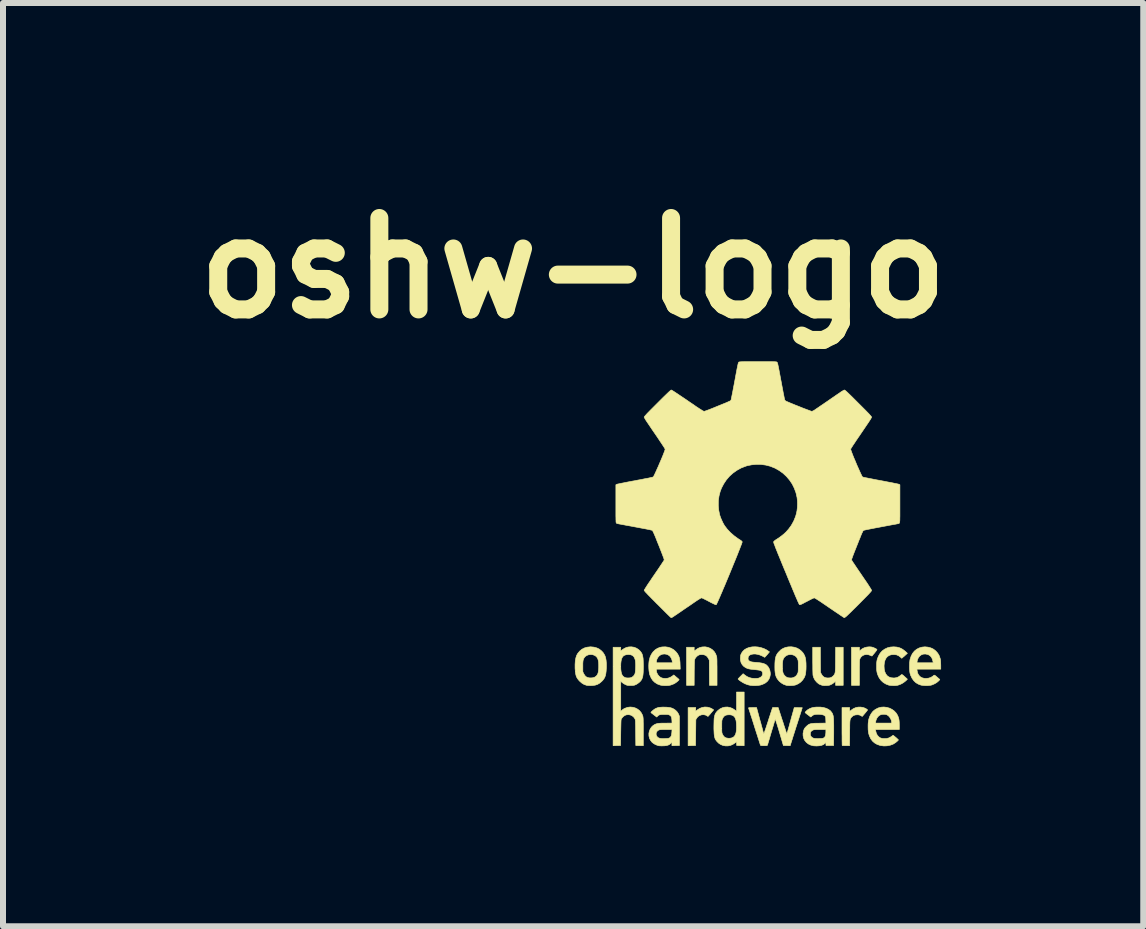
<source format=kicad_pcb>
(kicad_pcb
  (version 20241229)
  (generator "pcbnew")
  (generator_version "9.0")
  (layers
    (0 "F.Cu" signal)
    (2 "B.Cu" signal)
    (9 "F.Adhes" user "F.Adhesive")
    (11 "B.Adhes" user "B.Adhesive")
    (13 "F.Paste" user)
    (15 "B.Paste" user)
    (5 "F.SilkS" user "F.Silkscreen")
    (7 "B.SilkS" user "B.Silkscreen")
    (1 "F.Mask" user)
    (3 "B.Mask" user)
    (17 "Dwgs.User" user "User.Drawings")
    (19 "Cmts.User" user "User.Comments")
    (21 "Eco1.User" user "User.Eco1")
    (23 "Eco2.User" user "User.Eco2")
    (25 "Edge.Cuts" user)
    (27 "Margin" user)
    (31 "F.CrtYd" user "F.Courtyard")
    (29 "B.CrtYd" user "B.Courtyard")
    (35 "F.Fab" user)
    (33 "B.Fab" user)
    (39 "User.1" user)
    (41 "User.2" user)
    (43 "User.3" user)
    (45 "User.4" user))
  (footprint "oshw-logo"
    (layer "F.Cu")
    (at 9.582 6.178)
    (property "Reference" "oshw-logo" (at -3.08 -4.76 0) (layer "F.SilkS") (effects (font (size 1.524 1.524) (thickness 0.3))))
    (attr exclude_from_pos_files exclude_from_bom)
    (fp_poly (pts (xy -0.843 2.558) (xy -0.815 2.565) (xy -0.793 2.572) (xy -0.772 2.582) (xy -0.758 2.59) (xy -0.737 2.604) (xy -0.783 2.658) (xy -0.799 2.678) (xy -0.814 2.694) (xy -0.825 2.706) (xy -0.831 2.712) (xy -0.831 2.713) (xy -0.837 2.71) (xy -0.847 2.704) (xy -0.848 2.703) (xy -0.873 2.69) (xy -0.903 2.684) (xy -0.934 2.685) (xy -0.941 2.687) (xy -0.974 2.698) (xy -1.001 2.718) (xy -1.02 2.742) (xy -1.034 2.766) (xy -1.039 3.198) (xy -1.163 3.201) (xy -1.163 2.565) (xy -1.036 2.565) (xy -1.036 2.626) (xy -1.009 2.604) (xy -0.971 2.58) (xy -0.93 2.564) (xy -0.887 2.556) (xy -0.843 2.558)) (stroke (width 0.01) (type solid)) (fill yes) (layer "F.SilkS"))
    (fp_poly (pts (xy 1.889 1.555) (xy 1.907 1.559) (xy 1.928 1.566) (xy 1.948 1.575) (xy 1.966 1.584) (xy 1.979 1.592) (xy 1.985 1.598) (xy 1.982 1.604) (xy 1.975 1.616) (xy 1.962 1.633) (xy 1.947 1.652) (xy 1.945 1.655) (xy 1.929 1.673) (xy 1.916 1.689) (xy 1.906 1.701) (xy 1.902 1.706) (xy 1.901 1.706) (xy 1.897 1.705) (xy 1.885 1.701) (xy 1.873 1.695) (xy 1.841 1.684) (xy 1.808 1.681) (xy 1.776 1.686) (xy 1.748 1.698) (xy 1.723 1.717) (xy 1.705 1.743) (xy 1.697 1.763) (xy 1.695 1.772) (xy 1.694 1.791) (xy 1.693 1.817) (xy 1.693 1.851) (xy 1.692 1.89) (xy 1.692 1.935) (xy 1.692 1.984) (xy 1.692 2.195) (xy 1.56 2.195) (xy 1.56 1.56) (xy 1.692 1.56) (xy 1.692 1.626) (xy 1.711 1.607) (xy 1.74 1.585) (xy 1.775 1.568) (xy 1.815 1.557) (xy 1.855 1.553) (xy 1.889 1.555)) (stroke (width 0.01) (type solid)) (fill yes) (layer "F.SilkS"))
    (fp_poly (pts (xy -0.837 1.561) (xy -0.796 1.577) (xy -0.76 1.6) (xy -0.729 1.631) (xy -0.705 1.668) (xy -0.689 1.71) (xy -0.686 1.721) (xy -0.685 1.734) (xy -0.683 1.758) (xy -0.682 1.791) (xy -0.682 1.833) (xy -0.681 1.885) (xy -0.681 1.946) (xy -0.681 1.971) (xy -0.681 2.195) (xy -0.807 2.195) (xy -0.809 1.985) (xy -0.81 1.775) (xy -0.826 1.745) (xy -0.844 1.717) (xy -0.867 1.698) (xy -0.896 1.686) (xy -0.925 1.682) (xy -0.946 1.682) (xy -0.966 1.684) (xy -0.978 1.687) (xy -1 1.698) (xy -1.022 1.716) (xy -1.04 1.738) (xy -1.049 1.753) (xy -1.051 1.759) (xy -1.053 1.765) (xy -1.055 1.773) (xy -1.057 1.783) (xy -1.058 1.797) (xy -1.058 1.815) (xy -1.059 1.839) (xy -1.06 1.87) (xy -1.06 1.907) (xy -1.061 1.954) (xy -1.061 1.985) (xy -1.062 2.195) (xy -1.189 2.195) (xy -1.189 1.56) (xy -1.062 1.56) (xy -1.062 1.626) (xy -1.033 1.602) (xy -1.001 1.58) (xy -0.969 1.565) (xy -0.933 1.556) (xy -0.926 1.555) (xy -0.88 1.553) (xy -0.837 1.561)) (stroke (width 0.01) (type solid)) (fill yes) (layer "F.SilkS"))
    (fp_poly (pts (xy 1.042 1.769) (xy 1.044 1.979) (xy 1.059 2.009) (xy 1.078 2.037) (xy 1.101 2.056) (xy 1.129 2.068) (xy 1.159 2.072) (xy 1.193 2.071) (xy 1.222 2.063) (xy 1.245 2.048) (xy 1.259 2.035) (xy 1.267 2.025) (xy 1.273 2.017) (xy 1.278 2.008) (xy 1.283 1.998) (xy 1.286 1.985) (xy 1.289 1.969) (xy 1.29 1.949) (xy 1.292 1.923) (xy 1.293 1.89) (xy 1.293 1.85) (xy 1.294 1.802) (xy 1.294 1.767) (xy 1.296 1.56) (xy 1.422 1.56) (xy 1.422 2.195) (xy 1.295 2.195) (xy 1.295 2.162) (xy 1.295 2.145) (xy 1.294 2.133) (xy 1.293 2.129) (xy 1.288 2.132) (xy 1.278 2.14) (xy 1.271 2.147) (xy 1.256 2.159) (xy 1.237 2.172) (xy 1.219 2.181) (xy 1.202 2.189) (xy 1.187 2.194) (xy 1.17 2.196) (xy 1.149 2.198) (xy 1.135 2.198) (xy 1.108 2.199) (xy 1.087 2.197) (xy 1.071 2.194) (xy 1.059 2.19) (xy 1.036 2.181) (xy 1.019 2.173) (xy 1.004 2.162) (xy 0.986 2.146) (xy 0.981 2.142) (xy 0.952 2.108) (xy 0.931 2.068) (xy 0.92 2.033) (xy 0.918 2.02) (xy 0.917 1.996) (xy 0.916 1.963) (xy 0.915 1.921) (xy 0.915 1.869) (xy 0.914 1.808) (xy 0.914 1.783) (xy 0.914 1.56) (xy 1.041 1.56) (xy 1.042 1.769)) (stroke (width 0.01) (type solid)) (fill yes) (layer "F.SilkS"))
    (fp_poly (pts (xy 1.753 2.564) (xy 1.769 2.569) (xy 1.788 2.577) (xy 1.805 2.586) (xy 1.819 2.595) (xy 1.827 2.603) (xy 1.828 2.606) (xy 1.824 2.611) (xy 1.816 2.622) (xy 1.804 2.637) (xy 1.79 2.654) (xy 1.775 2.672) (xy 1.761 2.688) (xy 1.75 2.702) (xy 1.742 2.71) (xy 1.74 2.713) (xy 1.735 2.71) (xy 1.724 2.705) (xy 1.714 2.699) (xy 1.698 2.691) (xy 1.683 2.687) (xy 1.664 2.685) (xy 1.654 2.685) (xy 1.619 2.689) (xy 1.59 2.7) (xy 1.567 2.719) (xy 1.562 2.724) (xy 1.555 2.732) (xy 1.549 2.74) (xy 1.544 2.749) (xy 1.54 2.758) (xy 1.537 2.77) (xy 1.535 2.785) (xy 1.533 2.805) (xy 1.532 2.83) (xy 1.531 2.861) (xy 1.531 2.9) (xy 1.53 2.947) (xy 1.53 2.988) (xy 1.528 3.2) (xy 1.469 3.2) (xy 1.445 3.2) (xy 1.425 3.199) (xy 1.411 3.198) (xy 1.405 3.197) (xy 1.405 3.191) (xy 1.404 3.177) (xy 1.404 3.153) (xy 1.403 3.123) (xy 1.403 3.085) (xy 1.403 3.042) (xy 1.402 2.994) (xy 1.402 2.942) (xy 1.402 2.887) (xy 1.402 2.565) (xy 1.529 2.565) (xy 1.529 2.596) (xy 1.53 2.612) (xy 1.531 2.623) (xy 1.532 2.626) (xy 1.538 2.623) (xy 1.548 2.615) (xy 1.555 2.609) (xy 1.589 2.585) (xy 1.628 2.567) (xy 1.67 2.558) (xy 1.712 2.557) (xy 1.753 2.564)) (stroke (width 0.01) (type solid)) (fill yes) (layer "F.SilkS"))
    (fp_poly (pts (xy 2.316 1.557) (xy 2.365 1.57) (xy 2.411 1.593) (xy 2.453 1.625) (xy 2.46 1.631) (xy 2.492 1.661) (xy 2.466 1.684) (xy 2.449 1.7) (xy 2.431 1.716) (xy 2.419 1.725) (xy 2.398 1.744) (xy 2.377 1.725) (xy 2.345 1.701) (xy 2.312 1.687) (xy 2.275 1.682) (xy 2.265 1.682) (xy 2.227 1.684) (xy 2.195 1.693) (xy 2.168 1.709) (xy 2.159 1.715) (xy 2.136 1.742) (xy 2.119 1.776) (xy 2.108 1.818) (xy 2.103 1.866) (xy 2.103 1.876) (xy 2.106 1.927) (xy 2.116 1.97) (xy 2.133 2.006) (xy 2.155 2.035) (xy 2.184 2.055) (xy 2.219 2.068) (xy 2.26 2.072) (xy 2.275 2.072) (xy 2.31 2.067) (xy 2.339 2.056) (xy 2.366 2.038) (xy 2.378 2.029) (xy 2.387 2.021) (xy 2.394 2.016) (xy 2.401 2.015) (xy 2.409 2.019) (xy 2.42 2.027) (xy 2.436 2.041) (xy 2.456 2.059) (xy 2.492 2.092) (xy 2.477 2.108) (xy 2.449 2.133) (xy 2.416 2.156) (xy 2.381 2.175) (xy 2.351 2.187) (xy 2.328 2.194) (xy 2.307 2.197) (xy 2.283 2.199) (xy 2.259 2.199) (xy 2.234 2.198) (xy 2.209 2.196) (xy 2.19 2.193) (xy 2.182 2.192) (xy 2.133 2.173) (xy 2.09 2.147) (xy 2.053 2.113) (xy 2.023 2.072) (xy 2.012 2.051) (xy 2 2.024) (xy 1.991 1.999) (xy 1.985 1.975) (xy 1.981 1.949) (xy 1.979 1.918) (xy 1.979 1.879) (xy 1.979 1.877) (xy 1.979 1.838) (xy 1.981 1.807) (xy 1.985 1.78) (xy 1.991 1.756) (xy 2 1.732) (xy 2.012 1.704) (xy 2.013 1.702) (xy 2.039 1.658) (xy 2.072 1.621) (xy 2.112 1.592) (xy 2.157 1.57) (xy 2.208 1.557) (xy 2.263 1.553) (xy 2.316 1.557)) (stroke (width 0.01) (type solid)) (fill yes) (layer "F.SilkS"))
    (fp_poly (pts (xy -1.493 1.56) (xy -1.447 1.576) (xy -1.404 1.601) (xy -1.368 1.633) (xy -1.34 1.668) (xy -1.326 1.693) (xy -1.315 1.717) (xy -1.307 1.743) (xy -1.302 1.774) (xy -1.298 1.811) (xy -1.297 1.845) (xy -1.294 1.925) (xy -1.692 1.925) (xy -1.692 1.942) (xy -1.687 1.978) (xy -1.672 2.011) (xy -1.649 2.04) (xy -1.626 2.059) (xy -1.601 2.072) (xy -1.572 2.078) (xy -1.537 2.08) (xy -1.497 2.075) (xy -1.458 2.06) (xy -1.421 2.037) (xy -1.421 2.036) (xy -1.402 2.021) (xy -1.359 2.058) (xy -1.341 2.073) (xy -1.326 2.086) (xy -1.317 2.095) (xy -1.313 2.098) (xy -1.315 2.104) (xy -1.324 2.114) (xy -1.337 2.126) (xy -1.354 2.14) (xy -1.372 2.153) (xy -1.389 2.164) (xy -1.398 2.169) (xy -1.421 2.178) (xy -1.445 2.187) (xy -1.46 2.192) (xy -1.488 2.197) (xy -1.521 2.199) (xy -1.557 2.199) (xy -1.591 2.197) (xy -1.62 2.192) (xy -1.628 2.19) (xy -1.676 2.172) (xy -1.717 2.146) (xy -1.751 2.114) (xy -1.778 2.074) (xy -1.799 2.026) (xy -1.802 2.02) (xy -1.809 1.989) (xy -1.815 1.951) (xy -1.818 1.909) (xy -1.819 1.866) (xy -1.817 1.824) (xy -1.815 1.804) (xy -1.692 1.804) (xy -1.692 1.819) (xy -1.427 1.819) (xy -1.427 1.801) (xy -1.431 1.776) (xy -1.441 1.748) (xy -1.456 1.723) (xy -1.469 1.707) (xy -1.495 1.688) (xy -1.526 1.676) (xy -1.559 1.672) (xy -1.593 1.676) (xy -1.619 1.686) (xy -1.645 1.704) (xy -1.667 1.73) (xy -1.683 1.76) (xy -1.691 1.792) (xy -1.692 1.804) (xy -1.815 1.804) (xy -1.813 1.787) (xy -1.811 1.777) (xy -1.797 1.724) (xy -1.775 1.677) (xy -1.747 1.637) (xy -1.712 1.603) (xy -1.673 1.578) (xy -1.629 1.561) (xy -1.596 1.555) (xy -1.543 1.553) (xy -1.493 1.56)) (stroke (width 0.01) (type solid)) (fill yes) (layer "F.SilkS"))
    (fp_poly (pts (xy 2.835 1.558) (xy 2.883 1.571) (xy 2.927 1.592) (xy 2.965 1.622) (xy 2.997 1.658) (xy 3.022 1.7) (xy 3.038 1.747) (xy 3.041 1.757) (xy 3.044 1.776) (xy 3.046 1.803) (xy 3.047 1.833) (xy 3.048 1.858) (xy 3.048 1.925) (xy 2.65 1.925) (xy 2.654 1.952) (xy 2.663 1.992) (xy 2.68 2.024) (xy 2.704 2.05) (xy 2.734 2.068) (xy 2.771 2.078) (xy 2.802 2.08) (xy 2.845 2.075) (xy 2.883 2.063) (xy 2.916 2.042) (xy 2.92 2.039) (xy 2.929 2.031) (xy 2.936 2.026) (xy 2.942 2.025) (xy 2.949 2.028) (xy 2.96 2.035) (xy 2.974 2.047) (xy 2.995 2.065) (xy 3.01 2.078) (xy 3.023 2.089) (xy 3.031 2.096) (xy 3.032 2.097) (xy 3.03 2.101) (xy 3.023 2.11) (xy 3.011 2.123) (xy 3.01 2.123) (xy 2.981 2.148) (xy 2.945 2.169) (xy 2.906 2.186) (xy 2.887 2.192) (xy 2.861 2.196) (xy 2.829 2.199) (xy 2.794 2.199) (xy 2.759 2.197) (xy 2.73 2.193) (xy 2.721 2.192) (xy 2.675 2.175) (xy 2.634 2.151) (xy 2.599 2.118) (xy 2.57 2.078) (xy 2.547 2.03) (xy 2.536 1.996) (xy 2.532 1.973) (xy 2.529 1.942) (xy 2.527 1.907) (xy 2.527 1.869) (xy 2.528 1.832) (xy 2.529 1.819) (xy 2.651 1.819) (xy 2.922 1.819) (xy 2.919 1.8) (xy 2.908 1.758) (xy 2.892 1.726) (xy 2.869 1.701) (xy 2.841 1.684) (xy 2.827 1.679) (xy 2.789 1.672) (xy 2.754 1.675) (xy 2.723 1.687) (xy 2.696 1.707) (xy 2.675 1.734) (xy 2.66 1.768) (xy 2.654 1.795) (xy 2.651 1.819) (xy 2.529 1.819) (xy 2.531 1.798) (xy 2.534 1.77) (xy 2.537 1.76) (xy 2.554 1.708) (xy 2.578 1.662) (xy 2.609 1.624) (xy 2.646 1.594) (xy 2.688 1.572) (xy 2.735 1.558) (xy 2.784 1.553) (xy 2.835 1.558)) (stroke (width 0.01) (type solid)) (fill yes) (layer "F.SilkS"))
    (fp_poly (pts (xy -2.733 1.558) (xy -2.685 1.571) (xy -2.642 1.592) (xy -2.604 1.623) (xy -2.58 1.649) (xy -2.562 1.677) (xy -2.547 1.706) (xy -2.537 1.74) (xy -2.53 1.777) (xy -2.526 1.822) (xy -2.525 1.873) (xy -2.526 1.908) (xy -2.529 1.957) (xy -2.534 1.997) (xy -2.541 2.031) (xy -2.552 2.061) (xy -2.567 2.087) (xy -2.586 2.112) (xy -2.603 2.129) (xy -2.637 2.158) (xy -2.673 2.179) (xy -2.713 2.192) (xy -2.759 2.198) (xy -2.789 2.199) (xy -2.812 2.198) (xy -2.835 2.197) (xy -2.852 2.195) (xy -2.856 2.194) (xy -2.897 2.18) (xy -2.936 2.156) (xy -2.97 2.126) (xy -2.992 2.102) (xy -3.01 2.077) (xy -3.024 2.052) (xy -3.033 2.023) (xy -3.04 1.988) (xy -3.044 1.947) (xy -3.047 1.91) (xy -3.047 1.882) (xy -2.918 1.882) (xy -2.918 1.969) (xy -2.902 2.002) (xy -2.884 2.031) (xy -2.863 2.052) (xy -2.836 2.065) (xy -2.804 2.071) (xy -2.778 2.071) (xy -2.755 2.069) (xy -2.737 2.065) (xy -2.721 2.059) (xy -2.716 2.056) (xy -2.696 2.042) (xy -2.681 2.025) (xy -2.669 2.004) (xy -2.661 1.978) (xy -2.656 1.945) (xy -2.653 1.904) (xy -2.653 1.9) (xy -2.653 1.849) (xy -2.655 1.807) (xy -2.662 1.772) (xy -2.672 1.744) (xy -2.687 1.722) (xy -2.706 1.705) (xy -2.723 1.695) (xy -2.754 1.684) (xy -2.788 1.681) (xy -2.821 1.685) (xy -2.851 1.696) (xy -2.877 1.713) (xy -2.891 1.73) (xy -2.901 1.745) (xy -2.908 1.761) (xy -2.913 1.779) (xy -2.916 1.801) (xy -2.918 1.829) (xy -2.918 1.864) (xy -2.918 1.882) (xy -3.047 1.882) (xy -3.047 1.845) (xy -3.043 1.787) (xy -3.034 1.737) (xy -3.021 1.696) (xy -3.004 1.665) (xy -2.971 1.625) (xy -2.934 1.594) (xy -2.892 1.572) (xy -2.846 1.559) (xy -2.793 1.553) (xy -2.786 1.553) (xy -2.733 1.558)) (stroke (width 0.01) (type solid)) (fill yes) (layer "F.SilkS"))
    (fp_poly (pts (xy 2.148 2.562) (xy 2.194 2.575) (xy 2.236 2.596) (xy 2.273 2.623) (xy 2.305 2.657) (xy 2.326 2.691) (xy 2.338 2.718) (xy 2.347 2.745) (xy 2.353 2.775) (xy 2.356 2.809) (xy 2.357 2.851) (xy 2.357 2.859) (xy 2.357 2.931) (xy 1.96 2.931) (xy 1.964 2.955) (xy 1.974 2.994) (xy 1.991 3.027) (xy 2.016 3.054) (xy 2.04 3.07) (xy 2.057 3.076) (xy 2.081 3.081) (xy 2.103 3.082) (xy 2.144 3.081) (xy 2.181 3.072) (xy 2.215 3.054) (xy 2.228 3.045) (xy 2.241 3.036) (xy 2.25 3.029) (xy 2.254 3.028) (xy 2.259 3.031) (xy 2.27 3.039) (xy 2.284 3.051) (xy 2.3 3.064) (xy 2.316 3.078) (xy 2.329 3.091) (xy 2.339 3.1) (xy 2.342 3.104) (xy 2.338 3.111) (xy 2.327 3.122) (xy 2.312 3.135) (xy 2.295 3.149) (xy 2.276 3.161) (xy 2.259 3.172) (xy 2.253 3.175) (xy 2.204 3.193) (xy 2.152 3.203) (xy 2.099 3.205) (xy 2.046 3.198) (xy 2.033 3.195) (xy 1.985 3.178) (xy 1.944 3.154) (xy 1.909 3.123) (xy 1.881 3.084) (xy 1.859 3.038) (xy 1.848 3.003) (xy 1.842 2.972) (xy 1.838 2.935) (xy 1.837 2.894) (xy 1.837 2.851) (xy 1.839 2.824) (xy 1.96 2.824) (xy 2.23 2.824) (xy 2.23 2.813) (xy 2.226 2.784) (xy 2.214 2.754) (xy 2.197 2.726) (xy 2.176 2.703) (xy 2.152 2.687) (xy 2.152 2.687) (xy 2.129 2.68) (xy 2.101 2.677) (xy 2.072 2.679) (xy 2.051 2.683) (xy 2.024 2.696) (xy 2 2.718) (xy 1.981 2.746) (xy 1.968 2.779) (xy 1.964 2.8) (xy 1.96 2.824) (xy 1.839 2.824) (xy 1.84 2.811) (xy 1.845 2.776) (xy 1.848 2.761) (xy 1.866 2.708) (xy 1.89 2.664) (xy 1.919 2.627) (xy 1.955 2.598) (xy 1.997 2.576) (xy 2.008 2.571) (xy 2.054 2.559) (xy 2.101 2.556) (xy 2.148 2.562)) (stroke (width 0.01) (type solid)) (fill yes) (layer "F.SilkS"))
    (fp_poly (pts (xy -0.229 3.201) (xy -0.353 3.198) (xy -0.355 3.166) (xy -0.356 3.134) (xy -0.373 3.149) (xy -0.411 3.175) (xy -0.452 3.194) (xy -0.497 3.204) (xy -0.541 3.204) (xy -0.585 3.196) (xy -0.586 3.195) (xy -0.62 3.181) (xy -0.651 3.161) (xy -0.672 3.141) (xy -0.688 3.124) (xy -0.701 3.106) (xy -0.712 3.087) (xy -0.719 3.065) (xy -0.725 3.039) (xy -0.729 3.007) (xy -0.731 2.969) (xy -0.733 2.923) (xy -0.733 2.88) (xy -0.602 2.88) (xy -0.602 2.916) (xy -0.602 2.943) (xy -0.601 2.963) (xy -0.6 2.978) (xy -0.598 2.989) (xy -0.595 2.998) (xy -0.592 3.008) (xy -0.59 3.011) (xy -0.573 3.039) (xy -0.552 3.06) (xy -0.525 3.072) (xy -0.492 3.077) (xy -0.472 3.077) (xy -0.442 3.073) (xy -0.418 3.063) (xy -0.417 3.063) (xy -0.397 3.049) (xy -0.382 3.029) (xy -0.37 3.004) (xy -0.362 2.973) (xy -0.357 2.934) (xy -0.356 2.886) (xy -0.356 2.88) (xy -0.358 2.828) (xy -0.363 2.785) (xy -0.373 2.751) (xy -0.387 2.724) (xy -0.406 2.705) (xy -0.43 2.692) (xy -0.459 2.686) (xy -0.483 2.685) (xy -0.517 2.688) (xy -0.544 2.696) (xy -0.565 2.712) (xy -0.582 2.735) (xy -0.59 2.751) (xy -0.594 2.76) (xy -0.597 2.769) (xy -0.599 2.78) (xy -0.601 2.793) (xy -0.601 2.812) (xy -0.602 2.836) (xy -0.602 2.869) (xy -0.602 2.88) (xy -0.733 2.88) (xy -0.732 2.827) (xy -0.731 2.783) (xy -0.729 2.747) (xy -0.724 2.717) (xy -0.718 2.692) (xy -0.71 2.67) (xy -0.699 2.652) (xy -0.685 2.634) (xy -0.668 2.616) (xy -0.667 2.615) (xy -0.631 2.587) (xy -0.591 2.568) (xy -0.549 2.558) (xy -0.506 2.556) (xy -0.462 2.565) (xy -0.42 2.582) (xy -0.411 2.588) (xy -0.394 2.599) (xy -0.377 2.611) (xy -0.372 2.614) (xy -0.356 2.628) (xy -0.356 2.306) (xy -0.229 2.306) (xy -0.229 3.201)) (stroke (width 0.01) (type solid)) (fill yes) (layer "F.SilkS"))
    (fp_poly (pts (xy 0.605 1.559) (xy 0.652 1.574) (xy 0.694 1.598) (xy 0.728 1.627) (xy 0.751 1.652) (xy 0.768 1.679) (xy 0.782 1.707) (xy 0.792 1.74) (xy 0.798 1.778) (xy 0.802 1.823) (xy 0.803 1.876) (xy 0.803 1.878) (xy 0.802 1.93) (xy 0.798 1.973) (xy 0.793 2.01) (xy 0.784 2.04) (xy 0.775 2.062) (xy 0.748 2.104) (xy 0.715 2.139) (xy 0.676 2.167) (xy 0.633 2.187) (xy 0.626 2.189) (xy 0.6 2.195) (xy 0.568 2.198) (xy 0.533 2.199) (xy 0.5 2.198) (xy 0.472 2.194) (xy 0.467 2.192) (xy 0.429 2.178) (xy 0.392 2.156) (xy 0.36 2.13) (xy 0.354 2.124) (xy 0.333 2.099) (xy 0.316 2.074) (xy 0.303 2.047) (xy 0.294 2.018) (xy 0.288 1.984) (xy 0.284 1.943) (xy 0.283 1.895) (xy 0.283 1.877) (xy 0.41 1.877) (xy 0.41 1.918) (xy 0.412 1.951) (xy 0.417 1.977) (xy 0.423 1.998) (xy 0.433 2.015) (xy 0.445 2.031) (xy 0.451 2.037) (xy 0.471 2.054) (xy 0.491 2.065) (xy 0.514 2.07) (xy 0.544 2.072) (xy 0.569 2.071) (xy 0.59 2.065) (xy 0.602 2.061) (xy 0.625 2.047) (xy 0.642 2.032) (xy 0.656 2.01) (xy 0.661 1.999) (xy 0.666 1.989) (xy 0.669 1.98) (xy 0.671 1.969) (xy 0.672 1.955) (xy 0.673 1.936) (xy 0.673 1.91) (xy 0.673 1.877) (xy 0.673 1.843) (xy 0.673 1.817) (xy 0.672 1.798) (xy 0.671 1.784) (xy 0.668 1.774) (xy 0.665 1.764) (xy 0.661 1.755) (xy 0.648 1.73) (xy 0.632 1.713) (xy 0.612 1.699) (xy 0.602 1.694) (xy 0.569 1.683) (xy 0.535 1.681) (xy 0.502 1.687) (xy 0.472 1.7) (xy 0.448 1.72) (xy 0.434 1.736) (xy 0.424 1.754) (xy 0.417 1.775) (xy 0.413 1.801) (xy 0.41 1.833) (xy 0.41 1.874) (xy 0.41 1.877) (xy 0.283 1.877) (xy 0.284 1.824) (xy 0.287 1.78) (xy 0.293 1.743) (xy 0.301 1.711) (xy 0.314 1.683) (xy 0.33 1.658) (xy 0.351 1.634) (xy 0.352 1.633) (xy 0.385 1.601) (xy 0.421 1.579) (xy 0.46 1.563) (xy 0.505 1.554) (xy 0.556 1.552) (xy 0.605 1.559)) (stroke (width 0.01) (type solid)) (fill yes) (layer "F.SilkS"))
    (fp_poly (pts (xy 0.004 1.556) (xy 0.054 1.567) (xy 0.102 1.583) (xy 0.146 1.605) (xy 0.155 1.611) (xy 0.193 1.637) (xy 0.178 1.655) (xy 0.167 1.669) (xy 0.152 1.686) (xy 0.139 1.701) (xy 0.114 1.728) (xy 0.071 1.705) (xy 0.033 1.689) (xy -0.006 1.678) (xy -0.044 1.672) (xy -0.079 1.673) (xy -0.11 1.679) (xy -0.135 1.69) (xy -0.154 1.707) (xy -0.161 1.725) (xy -0.164 1.745) (xy -0.163 1.761) (xy -0.159 1.772) (xy -0.15 1.783) (xy -0.148 1.784) (xy -0.139 1.791) (xy -0.127 1.797) (xy -0.113 1.802) (xy -0.094 1.806) (xy -0.07 1.809) (xy -0.037 1.812) (xy -0.02 1.813) (xy 0.027 1.818) (xy 0.066 1.824) (xy 0.097 1.832) (xy 0.122 1.843) (xy 0.141 1.854) (xy 0.166 1.879) (xy 0.186 1.911) (xy 0.2 1.948) (xy 0.207 1.988) (xy 0.207 2.018) (xy 0.198 2.06) (xy 0.181 2.098) (xy 0.156 2.13) (xy 0.122 2.157) (xy 0.081 2.177) (xy 0.043 2.19) (xy 0.005 2.196) (xy -0.038 2.199) (xy -0.082 2.199) (xy -0.124 2.195) (xy -0.152 2.189) (xy -0.176 2.182) (xy -0.203 2.172) (xy -0.228 2.161) (xy -0.231 2.159) (xy -0.25 2.149) (xy -0.271 2.136) (xy -0.291 2.123) (xy -0.309 2.11) (xy -0.322 2.099) (xy -0.329 2.091) (xy -0.33 2.089) (xy -0.327 2.084) (xy -0.318 2.074) (xy -0.304 2.059) (xy -0.288 2.043) (xy -0.246 2.001) (xy -0.221 2.021) (xy -0.184 2.047) (xy -0.145 2.065) (xy -0.102 2.076) (xy -0.053 2.08) (xy -0.048 2.08) (xy -0.023 2.079) (xy -0.004 2.078) (xy 0.011 2.075) (xy 0.025 2.07) (xy 0.029 2.068) (xy 0.055 2.053) (xy 0.071 2.033) (xy 0.08 2.011) (xy 0.078 1.986) (xy 0.075 1.975) (xy 0.069 1.965) (xy 0.061 1.956) (xy 0.049 1.95) (xy 0.032 1.944) (xy 0.008 1.94) (xy -0.024 1.936) (xy -0.051 1.933) (xy -0.089 1.929) (xy -0.118 1.926) (xy -0.141 1.922) (xy -0.16 1.918) (xy -0.176 1.913) (xy -0.191 1.906) (xy -0.201 1.902) (xy -0.235 1.879) (xy -0.261 1.851) (xy -0.28 1.817) (xy -0.29 1.777) (xy -0.292 1.75) (xy -0.291 1.727) (xy -0.289 1.706) (xy -0.286 1.689) (xy -0.286 1.688) (xy -0.273 1.659) (xy -0.253 1.63) (xy -0.228 1.605) (xy -0.221 1.599) (xy -0.185 1.578) (xy -0.143 1.563) (xy -0.096 1.554) (xy -0.046 1.552) (xy 0.004 1.556)) (stroke (width 0.01) (type solid)) (fill yes) (layer "F.SilkS"))
    (fp_poly (pts (xy 1.039 2.557) (xy 1.091 2.564) (xy 1.138 2.577) (xy 1.177 2.596) (xy 1.21 2.62) (xy 1.234 2.651) (xy 1.242 2.665) (xy 1.247 2.678) (xy 1.252 2.692) (xy 1.256 2.708) (xy 1.258 2.728) (xy 1.261 2.752) (xy 1.262 2.781) (xy 1.263 2.816) (xy 1.264 2.858) (xy 1.264 2.908) (xy 1.264 2.967) (xy 1.264 2.99) (xy 1.262 3.198) (xy 1.135 3.198) (xy 1.134 3.171) (xy 1.132 3.144) (xy 1.119 3.16) (xy 1.096 3.18) (xy 1.065 3.194) (xy 1.026 3.202) (xy 0.981 3.205) (xy 0.976 3.205) (xy 0.956 3.204) (xy 0.937 3.203) (xy 0.925 3.202) (xy 0.925 3.202) (xy 0.879 3.19) (xy 0.84 3.171) (xy 0.807 3.145) (xy 0.781 3.113) (xy 0.763 3.077) (xy 0.754 3.037) (xy 0.753 3.006) (xy 0.874 3.006) (xy 0.875 3.023) (xy 0.879 3.035) (xy 0.887 3.047) (xy 0.89 3.051) (xy 0.903 3.063) (xy 0.918 3.072) (xy 0.935 3.078) (xy 0.957 3.081) (xy 0.986 3.082) (xy 1.013 3.082) (xy 1.043 3.081) (xy 1.065 3.08) (xy 1.081 3.077) (xy 1.092 3.074) (xy 1.096 3.072) (xy 1.113 3.059) (xy 1.124 3.039) (xy 1.13 3.013) (xy 1.133 2.978) (xy 1.133 2.976) (xy 1.133 2.931) (xy 1.035 2.931) (xy 1 2.931) (xy 0.973 2.932) (xy 0.954 2.933) (xy 0.939 2.934) (xy 0.928 2.937) (xy 0.919 2.94) (xy 0.917 2.941) (xy 0.894 2.955) (xy 0.88 2.972) (xy 0.874 2.995) (xy 0.874 3.006) (xy 0.753 3.006) (xy 0.753 2.995) (xy 0.762 2.951) (xy 0.769 2.931) (xy 0.776 2.916) (xy 0.787 2.901) (xy 0.803 2.884) (xy 0.804 2.883) (xy 0.821 2.867) (xy 0.836 2.855) (xy 0.851 2.845) (xy 0.868 2.838) (xy 0.888 2.833) (xy 0.913 2.83) (xy 0.944 2.827) (xy 0.982 2.826) (xy 1.015 2.826) (xy 1.134 2.824) (xy 1.132 2.771) (xy 1.131 2.747) (xy 1.13 2.731) (xy 1.127 2.72) (xy 1.123 2.712) (xy 1.118 2.705) (xy 1.099 2.692) (xy 1.07 2.683) (xy 1.033 2.678) (xy 1.007 2.677) (xy 0.972 2.678) (xy 0.946 2.682) (xy 0.925 2.689) (xy 0.908 2.7) (xy 0.9 2.706) (xy 0.882 2.723) (xy 0.835 2.687) (xy 0.816 2.673) (xy 0.801 2.661) (xy 0.791 2.652) (xy 0.787 2.649) (xy 0.791 2.64) (xy 0.802 2.627) (xy 0.817 2.613) (xy 0.832 2.601) (xy 0.865 2.582) (xy 0.902 2.568) (xy 0.946 2.56) (xy 0.98 2.557) (xy 1.039 2.557)) (stroke (width 0.01) (type solid)) (fill yes) (layer "F.SilkS"))
    (fp_poly (pts (xy -1.521 2.559) (xy -1.484 2.563) (xy -1.454 2.568) (xy -1.426 2.577) (xy -1.401 2.59) (xy -1.371 2.611) (xy -1.344 2.639) (xy -1.324 2.671) (xy -1.32 2.68) (xy -1.308 2.71) (xy -1.308 3.198) (xy -1.433 3.201) (xy -1.433 3.173) (xy -1.433 3.157) (xy -1.434 3.147) (xy -1.435 3.145) (xy -1.44 3.148) (xy -1.449 3.157) (xy -1.453 3.162) (xy -1.472 3.179) (xy -1.496 3.191) (xy -1.525 3.199) (xy -1.563 3.203) (xy -1.577 3.203) (xy -1.603 3.204) (xy -1.627 3.203) (xy -1.647 3.202) (xy -1.656 3.2) (xy -1.686 3.191) (xy -1.717 3.177) (xy -1.745 3.159) (xy -1.764 3.144) (xy -1.79 3.111) (xy -1.807 3.076) (xy -1.816 3.038) (xy -1.817 2.999) (xy -1.817 2.997) (xy -1.696 2.997) (xy -1.695 3.021) (xy -1.686 3.042) (xy -1.67 3.061) (xy -1.668 3.062) (xy -1.654 3.071) (xy -1.64 3.076) (xy -1.623 3.08) (xy -1.602 3.082) (xy -1.573 3.082) (xy -1.557 3.082) (xy -1.528 3.081) (xy -1.508 3.08) (xy -1.493 3.078) (xy -1.483 3.075) (xy -1.473 3.071) (xy -1.473 3.071) (xy -1.458 3.058) (xy -1.446 3.041) (xy -1.439 3.017) (xy -1.435 2.986) (xy -1.434 2.977) (xy -1.431 2.931) (xy -1.532 2.931) (xy -1.568 2.931) (xy -1.595 2.932) (xy -1.615 2.933) (xy -1.63 2.934) (xy -1.641 2.936) (xy -1.65 2.939) (xy -1.655 2.941) (xy -1.676 2.956) (xy -1.69 2.975) (xy -1.696 2.997) (xy -1.817 2.997) (xy -1.81 2.961) (xy -1.796 2.925) (xy -1.775 2.892) (xy -1.747 2.865) (xy -1.715 2.845) (xy -1.699 2.839) (xy -1.684 2.834) (xy -1.667 2.83) (xy -1.647 2.828) (xy -1.622 2.826) (xy -1.59 2.825) (xy -1.551 2.825) (xy -1.54 2.825) (xy -1.431 2.824) (xy -1.433 2.776) (xy -1.436 2.748) (xy -1.44 2.727) (xy -1.448 2.711) (xy -1.46 2.699) (xy -1.474 2.69) (xy -1.482 2.686) (xy -1.492 2.683) (xy -1.505 2.681) (xy -1.523 2.68) (xy -1.549 2.68) (xy -1.56 2.68) (xy -1.593 2.68) (xy -1.619 2.682) (xy -1.638 2.686) (xy -1.653 2.692) (xy -1.665 2.702) (xy -1.675 2.711) (xy -1.685 2.724) (xy -1.734 2.687) (xy -1.753 2.672) (xy -1.769 2.66) (xy -1.779 2.651) (xy -1.783 2.647) (xy -1.783 2.647) (xy -1.779 2.64) (xy -1.769 2.63) (xy -1.755 2.617) (xy -1.739 2.604) (xy -1.724 2.593) (xy -1.71 2.584) (xy -1.709 2.584) (xy -1.688 2.574) (xy -1.668 2.567) (xy -1.647 2.562) (xy -1.622 2.56) (xy -1.592 2.558) (xy -1.565 2.558) (xy -1.521 2.559)) (stroke (width 0.01) (type solid)) (fill yes) (layer "F.SilkS"))
    (fp_poly (pts (xy 0.035 2.777) (xy 0.048 2.822) (xy 0.059 2.865) (xy 0.07 2.903) (xy 0.079 2.936) (xy 0.086 2.964) (xy 0.092 2.984) (xy 0.096 2.997) (xy 0.097 3) (xy 0.099 2.999) (xy 0.103 2.991) (xy 0.11 2.975) (xy 0.118 2.951) (xy 0.13 2.917) (xy 0.144 2.875) (xy 0.152 2.85) (xy 0.166 2.808) (xy 0.179 2.766) (xy 0.192 2.726) (xy 0.204 2.69) (xy 0.214 2.658) (xy 0.222 2.635) (xy 0.224 2.628) (xy 0.245 2.565) (xy 0.338 2.565) (xy 0.406 2.775) (xy 0.421 2.819) (xy 0.434 2.861) (xy 0.447 2.9) (xy 0.458 2.933) (xy 0.467 2.961) (xy 0.473 2.981) (xy 0.478 2.994) (xy 0.479 2.997) (xy 0.48 2.999) (xy 0.483 2.997) (xy 0.486 2.99) (xy 0.49 2.979) (xy 0.496 2.961) (xy 0.503 2.937) (xy 0.512 2.905) (xy 0.523 2.866) (xy 0.536 2.817) (xy 0.544 2.79) (xy 0.556 2.744) (xy 0.568 2.702) (xy 0.579 2.663) (xy 0.588 2.63) (xy 0.596 2.603) (xy 0.601 2.583) (xy 0.605 2.57) (xy 0.606 2.567) (xy 0.612 2.566) (xy 0.625 2.566) (xy 0.645 2.566) (xy 0.67 2.566) (xy 0.674 2.567) (xy 0.74 2.568) (xy 0.657 2.827) (xy 0.64 2.878) (xy 0.624 2.929) (xy 0.609 2.976) (xy 0.595 3.021) (xy 0.582 3.06) (xy 0.572 3.094) (xy 0.563 3.121) (xy 0.557 3.14) (xy 0.556 3.143) (xy 0.538 3.201) (xy 0.425 3.198) (xy 0.359 2.975) (xy 0.342 2.918) (xy 0.327 2.87) (xy 0.315 2.831) (xy 0.305 2.802) (xy 0.298 2.78) (xy 0.293 2.767) (xy 0.289 2.761) (xy 0.288 2.762) (xy 0.286 2.768) (xy 0.281 2.784) (xy 0.274 2.807) (xy 0.265 2.837) (xy 0.255 2.872) (xy 0.243 2.911) (xy 0.23 2.954) (xy 0.223 2.977) (xy 0.21 3.021) (xy 0.198 3.062) (xy 0.187 3.1) (xy 0.177 3.132) (xy 0.169 3.159) (xy 0.164 3.178) (xy 0.16 3.189) (xy 0.159 3.192) (xy 0.157 3.195) (xy 0.152 3.198) (xy 0.141 3.2) (xy 0.125 3.2) (xy 0.101 3.2) (xy 0.074 3.2) (xy 0.056 3.199) (xy 0.046 3.196) (xy 0.043 3.194) (xy 0.041 3.188) (xy 0.037 3.174) (xy 0.029 3.151) (xy 0.02 3.121) (xy 0.008 3.085) (xy -0.005 3.043) (xy -0.02 2.997) (xy -0.036 2.947) (xy -0.053 2.894) (xy -0.056 2.884) (xy -0.073 2.83) (xy -0.089 2.779) (xy -0.104 2.732) (xy -0.118 2.69) (xy -0.13 2.652) (xy -0.14 2.621) (xy -0.148 2.597) (xy -0.153 2.581) (xy -0.156 2.573) (xy -0.156 2.573) (xy -0.155 2.57) (xy -0.151 2.568) (xy -0.14 2.566) (xy -0.122 2.566) (xy -0.096 2.565) (xy -0.09 2.565) (xy -0.022 2.565) (xy 0.035 2.777)) (stroke (width 0.01) (type solid)) (fill yes) (layer "F.SilkS"))
    (fp_poly (pts (xy -2.064 1.56) (xy -2.023 1.576) (xy -1.986 1.601) (xy -1.973 1.613) (xy -1.956 1.631) (xy -1.943 1.649) (xy -1.932 1.668) (xy -1.924 1.691) (xy -1.918 1.717) (xy -1.913 1.748) (xy -1.911 1.786) (xy -1.91 1.831) (xy -1.909 1.877) (xy -1.91 1.93) (xy -1.911 1.975) (xy -1.914 2.011) (xy -1.918 2.042) (xy -1.925 2.067) (xy -1.933 2.089) (xy -1.944 2.108) (xy -1.958 2.126) (xy -1.972 2.14) (xy -1.993 2.157) (xy -2.018 2.174) (xy -2.031 2.181) (xy -2.047 2.188) (xy -2.06 2.193) (xy -2.074 2.195) (xy -2.09 2.197) (xy -2.114 2.197) (xy -2.121 2.197) (xy -2.146 2.197) (xy -2.164 2.196) (xy -2.178 2.194) (xy -2.191 2.19) (xy -2.205 2.183) (xy -2.21 2.181) (xy -2.231 2.17) (xy -2.251 2.156) (xy -2.264 2.146) (xy -2.286 2.128) (xy -2.286 2.628) (xy -2.265 2.609) (xy -2.248 2.595) (xy -2.227 2.582) (xy -2.216 2.577) (xy -2.173 2.562) (xy -2.129 2.556) (xy -2.086 2.56) (xy -2.045 2.571) (xy -2.007 2.59) (xy -1.973 2.616) (xy -1.946 2.649) (xy -1.925 2.688) (xy -1.918 2.707) (xy -1.916 2.715) (xy -1.915 2.725) (xy -1.913 2.737) (xy -1.912 2.753) (xy -1.911 2.774) (xy -1.911 2.801) (xy -1.91 2.834) (xy -1.91 2.875) (xy -1.91 2.924) (xy -1.91 2.968) (xy -1.91 3.201) (xy -2.035 3.198) (xy -2.037 2.985) (xy -2.038 2.932) (xy -2.038 2.889) (xy -2.039 2.854) (xy -2.04 2.827) (xy -2.04 2.805) (xy -2.041 2.789) (xy -2.043 2.777) (xy -2.044 2.768) (xy -2.046 2.761) (xy -2.048 2.755) (xy -2.051 2.75) (xy -2.071 2.722) (xy -2.098 2.701) (xy -2.128 2.688) (xy -2.161 2.683) (xy -2.194 2.687) (xy -2.219 2.697) (xy -2.239 2.711) (xy -2.258 2.73) (xy -2.273 2.75) (xy -2.277 2.758) (xy -2.279 2.766) (xy -2.281 2.782) (xy -2.282 2.806) (xy -2.283 2.84) (xy -2.284 2.882) (xy -2.285 2.934) (xy -2.286 2.985) (xy -2.289 3.198) (xy -2.413 3.201) (xy -2.413 1.877) (xy -2.286 1.877) (xy -2.285 1.926) (xy -2.28 1.966) (xy -2.273 1.999) (xy -2.262 2.024) (xy -2.247 2.044) (xy -2.227 2.058) (xy -2.215 2.065) (xy -2.194 2.07) (xy -2.168 2.072) (xy -2.14 2.071) (xy -2.116 2.067) (xy -2.106 2.063) (xy -2.078 2.045) (xy -2.058 2.02) (xy -2.049 2.001) (xy -2.045 1.984) (xy -2.042 1.96) (xy -2.039 1.929) (xy -2.038 1.896) (xy -2.037 1.862) (xy -2.038 1.829) (xy -2.04 1.8) (xy -2.043 1.778) (xy -2.044 1.772) (xy -2.056 1.738) (xy -2.072 1.712) (xy -2.094 1.695) (xy -2.121 1.685) (xy -2.156 1.681) (xy -2.158 1.681) (xy -2.192 1.684) (xy -2.22 1.692) (xy -2.242 1.705) (xy -2.259 1.726) (xy -2.272 1.753) (xy -2.28 1.789) (xy -2.285 1.833) (xy -2.286 1.877) (xy -2.413 1.877) (xy -2.413 1.56) (xy -2.286 1.56) (xy -2.286 1.621) (xy -2.259 1.601) (xy -2.224 1.578) (xy -2.19 1.563) (xy -2.154 1.555) (xy -2.109 1.553) (xy -2.064 1.56)) (stroke (width 0.01) (type solid)) (fill yes) (layer "F.SilkS"))
    (fp_poly (pts (xy 0.064 -3.2) (xy 0.119 -3.2) (xy 0.164 -3.2) (xy 0.203 -3.2) (xy 0.234 -3.2) (xy 0.258 -3.199) (xy 0.278 -3.199) (xy 0.292 -3.198) (xy 0.303 -3.197) (xy 0.31 -3.196) (xy 0.315 -3.194) (xy 0.318 -3.192) (xy 0.319 -3.192) (xy 0.322 -3.188) (xy 0.324 -3.183) (xy 0.327 -3.174) (xy 0.331 -3.161) (xy 0.335 -3.143) (xy 0.34 -3.12) (xy 0.346 -3.09) (xy 0.353 -3.054) (xy 0.361 -3.01) (xy 0.371 -2.958) (xy 0.382 -2.896) (xy 0.386 -2.878) (xy 0.396 -2.823) (xy 0.406 -2.771) (xy 0.415 -2.723) (xy 0.423 -2.68) (xy 0.431 -2.641) (xy 0.437 -2.61) (xy 0.442 -2.585) (xy 0.446 -2.569) (xy 0.448 -2.561) (xy 0.448 -2.561) (xy 0.457 -2.55) (xy 0.464 -2.544) (xy 0.476 -2.538) (xy 0.496 -2.53) (xy 0.521 -2.519) (xy 0.552 -2.506) (xy 0.587 -2.492) (xy 0.625 -2.476) (xy 0.664 -2.461) (xy 0.704 -2.445) (xy 0.743 -2.429) (xy 0.78 -2.415) (xy 0.814 -2.402) (xy 0.844 -2.391) (xy 0.868 -2.382) (xy 0.886 -2.375) (xy 0.895 -2.373) (xy 0.897 -2.372) (xy 0.912 -2.376) (xy 0.932 -2.386) (xy 0.948 -2.396) (xy 0.962 -2.406) (xy 0.984 -2.421) (xy 1.011 -2.439) (xy 1.044 -2.462) (xy 1.08 -2.486) (xy 1.119 -2.513) (xy 1.159 -2.54) (xy 1.199 -2.568) (xy 1.238 -2.595) (xy 1.275 -2.62) (xy 1.309 -2.644) (xy 1.339 -2.664) (xy 1.363 -2.68) (xy 1.377 -2.691) (xy 1.399 -2.705) (xy 1.418 -2.716) (xy 1.434 -2.725) (xy 1.443 -2.728) (xy 1.443 -2.728) (xy 1.448 -2.726) (xy 1.456 -2.72) (xy 1.469 -2.709) (xy 1.486 -2.694) (xy 1.508 -2.673) (xy 1.536 -2.646) (xy 1.569 -2.614) (xy 1.608 -2.575) (xy 1.654 -2.529) (xy 1.675 -2.508) (xy 1.721 -2.462) (xy 1.761 -2.422) (xy 1.795 -2.388) (xy 1.822 -2.36) (xy 1.845 -2.337) (xy 1.862 -2.318) (xy 1.875 -2.303) (xy 1.885 -2.292) (xy 1.891 -2.284) (xy 1.894 -2.278) (xy 1.895 -2.275) (xy 1.893 -2.268) (xy 1.886 -2.256) (xy 1.876 -2.238) (xy 1.86 -2.214) (xy 1.84 -2.183) (xy 1.814 -2.145) (xy 1.783 -2.099) (xy 1.747 -2.046) (xy 1.722 -2.009) (xy 1.691 -1.963) (xy 1.661 -1.92) (xy 1.634 -1.88) (xy 1.61 -1.843) (xy 1.588 -1.811) (xy 1.571 -1.784) (xy 1.558 -1.763) (xy 1.549 -1.749) (xy 1.546 -1.743) (xy 1.548 -1.735) (xy 1.553 -1.719) (xy 1.561 -1.696) (xy 1.572 -1.667) (xy 1.585 -1.633) (xy 1.6 -1.596) (xy 1.617 -1.557) (xy 1.634 -1.516) (xy 1.651 -1.475) (xy 1.669 -1.435) (xy 1.686 -1.397) (xy 1.701 -1.363) (xy 1.715 -1.333) (xy 1.727 -1.308) (xy 1.736 -1.29) (xy 1.743 -1.28) (xy 1.744 -1.279) (xy 1.751 -1.276) (xy 1.767 -1.272) (xy 1.791 -1.267) (xy 1.823 -1.261) (xy 1.86 -1.253) (xy 1.904 -1.245) (xy 1.951 -1.235) (xy 2.002 -1.226) (xy 2.05 -1.217) (xy 2.104 -1.207) (xy 2.154 -1.197) (xy 2.202 -1.188) (xy 2.244 -1.18) (xy 2.281 -1.172) (xy 2.312 -1.166) (xy 2.335 -1.161) (xy 2.35 -1.157) (xy 2.356 -1.155) (xy 2.367 -1.148) (xy 2.367 -0.833) (xy 2.367 -0.768) (xy 2.367 -0.712) (xy 2.367 -0.664) (xy 2.367 -0.624) (xy 2.366 -0.592) (xy 2.366 -0.566) (xy 2.365 -0.546) (xy 2.363 -0.53) (xy 2.361 -0.519) (xy 2.359 -0.512) (xy 2.356 -0.507) (xy 2.352 -0.504) (xy 2.348 -0.502) (xy 2.343 -0.501) (xy 2.34 -0.5) (xy 2.333 -0.499) (xy 2.317 -0.496) (xy 2.293 -0.491) (xy 2.262 -0.486) (xy 2.225 -0.479) (xy 2.182 -0.471) (xy 2.135 -0.462) (xy 2.085 -0.453) (xy 2.055 -0.447) (xy 2.003 -0.437) (xy 1.954 -0.428) (xy 1.908 -0.419) (xy 1.867 -0.411) (xy 1.831 -0.404) (xy 1.802 -0.398) (xy 1.781 -0.393) (xy 1.768 -0.39) (xy 1.765 -0.389) (xy 1.761 -0.387) (xy 1.757 -0.384) (xy 1.753 -0.379) (xy 1.748 -0.371) (xy 1.743 -0.359) (xy 1.735 -0.344) (xy 1.726 -0.323) (xy 1.715 -0.297) (xy 1.702 -0.263) (xy 1.685 -0.223) (xy 1.666 -0.174) (xy 1.654 -0.144) (xy 1.631 -0.086) (xy 1.611 -0.036) (xy 1.595 0.005) (xy 1.582 0.039) (xy 1.573 0.065) (xy 1.566 0.084) (xy 1.563 0.097) (xy 1.562 0.105) (xy 1.562 0.106) (xy 1.565 0.112) (xy 1.574 0.126) (xy 1.587 0.147) (xy 1.605 0.173) (xy 1.626 0.205) (xy 1.651 0.242) (xy 1.678 0.282) (xy 1.707 0.324) (xy 1.73 0.358) (xy 1.768 0.414) (xy 1.801 0.462) (xy 1.828 0.502) (xy 1.85 0.536) (xy 1.867 0.563) (xy 1.88 0.583) (xy 1.889 0.599) (xy 1.894 0.608) (xy 1.895 0.613) (xy 1.894 0.617) (xy 1.891 0.622) (xy 1.885 0.63) (xy 1.876 0.641) (xy 1.863 0.655) (xy 1.847 0.673) (xy 1.825 0.696) (xy 1.798 0.723) (xy 1.766 0.756) (xy 1.727 0.795) (xy 1.683 0.84) (xy 1.636 0.887) (xy 1.595 0.927) (xy 1.561 0.961) (xy 1.532 0.989) (xy 1.508 1.012) (xy 1.489 1.03) (xy 1.474 1.044) (xy 1.461 1.054) (xy 1.452 1.061) (xy 1.445 1.065) (xy 1.44 1.067) (xy 1.439 1.067) (xy 1.434 1.064) (xy 1.421 1.056) (xy 1.402 1.043) (xy 1.376 1.026) (xy 1.346 1.005) (xy 1.31 0.981) (xy 1.271 0.955) (xy 1.229 0.926) (xy 1.193 0.902) (xy 1.138 0.864) (xy 1.089 0.831) (xy 1.047 0.802) (xy 1.011 0.779) (xy 0.982 0.76) (xy 0.96 0.747) (xy 0.946 0.739) (xy 0.94 0.737) (xy 0.933 0.739) (xy 0.917 0.745) (xy 0.896 0.755) (xy 0.87 0.768) (xy 0.84 0.784) (xy 0.817 0.796) (xy 0.781 0.814) (xy 0.754 0.829) (xy 0.733 0.839) (xy 0.718 0.846) (xy 0.707 0.849) (xy 0.7 0.851) (xy 0.695 0.85) (xy 0.694 0.85) (xy 0.692 0.847) (xy 0.688 0.841) (xy 0.682 0.83) (xy 0.675 0.814) (xy 0.665 0.794) (xy 0.654 0.768) (xy 0.64 0.736) (xy 0.623 0.697) (xy 0.604 0.651) (xy 0.582 0.599) (xy 0.557 0.538) (xy 0.528 0.469) (xy 0.496 0.392) (xy 0.471 0.33) (xy 0.436 0.247) (xy 0.406 0.174) (xy 0.379 0.108) (xy 0.356 0.051) (xy 0.335 0.001) (xy 0.318 -0.042) (xy 0.303 -0.079) (xy 0.291 -0.109) (xy 0.282 -0.135) (xy 0.274 -0.155) (xy 0.268 -0.17) (xy 0.265 -0.182) (xy 0.263 -0.19) (xy 0.262 -0.195) (xy 0.262 -0.197) (xy 0.269 -0.207) (xy 0.283 -0.219) (xy 0.302 -0.233) (xy 0.303 -0.233) (xy 0.355 -0.267) (xy 0.398 -0.299) (xy 0.436 -0.33) (xy 0.47 -0.362) (xy 0.501 -0.397) (xy 0.508 -0.404) (xy 0.557 -0.471) (xy 0.597 -0.543) (xy 0.628 -0.619) (xy 0.643 -0.671) (xy 0.652 -0.717) (xy 0.658 -0.769) (xy 0.66 -0.824) (xy 0.659 -0.877) (xy 0.654 -0.926) (xy 0.653 -0.935) (xy 0.635 -1.014) (xy 0.607 -1.09) (xy 0.572 -1.161) (xy 0.528 -1.226) (xy 0.477 -1.286) (xy 0.419 -1.34) (xy 0.355 -1.386) (xy 0.286 -1.425) (xy 0.211 -1.455) (xy 0.206 -1.457) (xy 0.132 -1.476) (xy 0.054 -1.487) (xy -0.024 -1.488) (xy -0.102 -1.481) (xy -0.178 -1.466) (xy -0.205 -1.457) (xy -0.28 -1.428) (xy -0.35 -1.389) (xy -0.415 -1.343) (xy -0.474 -1.29) (xy -0.526 -1.229) (xy -0.57 -1.163) (xy -0.607 -1.092) (xy -0.629 -1.034) (xy -0.648 -0.96) (xy -0.659 -0.882) (xy -0.66 -0.804) (xy -0.653 -0.726) (xy -0.638 -0.65) (xy -0.629 -0.623) (xy -0.617 -0.59) (xy -0.601 -0.554) (xy -0.584 -0.517) (xy -0.566 -0.484) (xy -0.552 -0.462) (xy -0.509 -0.406) (xy -0.457 -0.351) (xy -0.396 -0.298) (xy -0.329 -0.249) (xy -0.288 -0.223) (xy -0.272 -0.211) (xy -0.263 -0.2) (xy -0.261 -0.196) (xy -0.263 -0.189) (xy -0.268 -0.174) (xy -0.276 -0.151) (xy -0.288 -0.121) (xy -0.302 -0.084) (xy -0.319 -0.042) (xy -0.337 0.005) (xy -0.358 0.057) (xy -0.38 0.111) (xy -0.404 0.169) (xy -0.428 0.228) (xy -0.453 0.289) (xy -0.478 0.35) (xy -0.503 0.41) (xy -0.528 0.47) (xy -0.552 0.528) (xy -0.576 0.583) (xy -0.598 0.636) (xy -0.619 0.684) (xy -0.637 0.727) (xy -0.654 0.765) (xy -0.668 0.797) (xy -0.68 0.822) (xy -0.688 0.84) (xy -0.693 0.849) (xy -0.694 0.85) (xy -0.699 0.851) (xy -0.706 0.849) (xy -0.716 0.846) (xy -0.731 0.839) (xy -0.752 0.829) (xy -0.779 0.816) (xy -0.814 0.797) (xy -0.817 0.796) (xy -0.848 0.779) (xy -0.877 0.765) (xy -0.902 0.752) (xy -0.922 0.743) (xy -0.935 0.738) (xy -0.94 0.737) (xy -0.948 0.74) (xy -0.964 0.748) (xy -0.986 0.762) (xy -1.015 0.78) (xy -1.049 0.803) (xy -1.072 0.819) (xy -1.137 0.864) (xy -1.195 0.903) (xy -1.245 0.937) (xy -1.288 0.967) (xy -1.325 0.992) (xy -1.355 1.013) (xy -1.38 1.029) (xy -1.4 1.043) (xy -1.416 1.053) (xy -1.427 1.06) (xy -1.434 1.064) (xy -1.438 1.066) (xy -1.44 1.067) (xy -1.449 1.064) (xy -1.453 1.062) (xy -1.458 1.057) (xy -1.469 1.047) (xy -1.486 1.03) (xy -1.509 1.008) (xy -1.536 0.981) (xy -1.567 0.95) (xy -1.601 0.916) (xy -1.638 0.879) (xy -1.677 0.84) (xy -1.678 0.84) (xy -1.725 0.792) (xy -1.766 0.751) (xy -1.8 0.716) (xy -1.829 0.687) (xy -1.851 0.663) (xy -1.869 0.645) (xy -1.881 0.63) (xy -1.89 0.62) (xy -1.894 0.613) (xy -1.895 0.611) (xy -1.892 0.603) (xy -1.883 0.589) (xy -1.869 0.566) (xy -1.85 0.536) (xy -1.826 0.499) (xy -1.796 0.456) (xy -1.763 0.406) (xy -1.73 0.358) (xy -1.7 0.314) (xy -1.671 0.272) (xy -1.644 0.232) (xy -1.621 0.197) (xy -1.6 0.166) (xy -1.584 0.141) (xy -1.571 0.122) (xy -1.564 0.11) (xy -1.562 0.106) (xy -1.562 0.1) (xy -1.565 0.088) (xy -1.571 0.07) (xy -1.58 0.046) (xy -1.592 0.014) (xy -1.607 -0.025) (xy -1.626 -0.073) (xy -1.648 -0.13) (xy -1.654 -0.144) (xy -1.676 -0.198) (xy -1.694 -0.244) (xy -1.709 -0.282) (xy -1.722 -0.312) (xy -1.733 -0.337) (xy -1.741 -0.355) (xy -1.748 -0.369) (xy -1.753 -0.378) (xy -1.757 -0.384) (xy -1.761 -0.387) (xy -1.762 -0.388) (xy -1.766 -0.39) (xy -1.773 -0.392) (xy -1.784 -0.394) (xy -1.798 -0.398) (xy -1.817 -0.402) (xy -1.842 -0.407) (xy -1.872 -0.413) (xy -1.909 -0.42) (xy -1.953 -0.428) (xy -2.005 -0.438) (xy -2.064 -0.449) (xy -2.133 -0.462) (xy -2.211 -0.476) (xy -2.22 -0.478) (xy -2.259 -0.485) (xy -2.29 -0.491) (xy -2.313 -0.495) (xy -2.33 -0.499) (xy -2.341 -0.501) (xy -2.348 -0.503) (xy -2.353 -0.505) (xy -2.356 -0.507) (xy -2.358 -0.51) (xy -2.359 -0.511) (xy -2.361 -0.513) (xy -2.362 -0.518) (xy -2.364 -0.525) (xy -2.365 -0.536) (xy -2.365 -0.551) (xy -2.366 -0.571) (xy -2.366 -0.596) (xy -2.367 -0.628) (xy -2.367 -0.667) (xy -2.367 -0.714) (xy -2.367 -0.77) (xy -2.367 -0.833) (xy -2.367 -1.148) (xy -2.356 -1.155) (xy -2.349 -1.157) (xy -2.333 -1.161) (xy -2.309 -1.166) (xy -2.277 -1.173) (xy -2.239 -1.18) (xy -2.196 -1.189) (xy -2.149 -1.198) (xy -2.097 -1.208) (xy -2.05 -1.216) (xy -1.996 -1.227) (xy -1.944 -1.236) (xy -1.897 -1.246) (xy -1.854 -1.254) (xy -1.817 -1.261) (xy -1.787 -1.268) (xy -1.764 -1.273) (xy -1.75 -1.277) (xy -1.745 -1.278) (xy -1.74 -1.285) (xy -1.732 -1.299) (xy -1.721 -1.321) (xy -1.708 -1.349) (xy -1.693 -1.382) (xy -1.677 -1.418) (xy -1.659 -1.457) (xy -1.642 -1.498) (xy -1.624 -1.539) (xy -1.607 -1.579) (xy -1.591 -1.617) (xy -1.577 -1.652) (xy -1.565 -1.683) (xy -1.555 -1.709) (xy -1.549 -1.728) (xy -1.546 -1.74) (xy -1.545 -1.742) (xy -1.549 -1.748) (xy -1.557 -1.762) (xy -1.57 -1.783) (xy -1.588 -1.81) (xy -1.609 -1.842) (xy -1.634 -1.879) (xy -1.661 -1.92) (xy -1.69 -1.963) (xy -1.721 -2.008) (xy -1.761 -2.066) (xy -1.795 -2.117) (xy -1.824 -2.16) (xy -1.848 -2.195) (xy -1.867 -2.224) (xy -1.88 -2.246) (xy -1.889 -2.262) (xy -1.894 -2.271) (xy -1.895 -2.275) (xy -1.894 -2.279) (xy -1.89 -2.285) (xy -1.884 -2.293) (xy -1.874 -2.304) (xy -1.861 -2.319) (xy -1.843 -2.339) (xy -1.82 -2.362) (xy -1.792 -2.391) (xy -1.758 -2.425) (xy -1.717 -2.466) (xy -1.675 -2.508) (xy -1.626 -2.557) (xy -1.585 -2.598) (xy -1.549 -2.633) (xy -1.519 -2.662) (xy -1.495 -2.685) (xy -1.476 -2.703) (xy -1.461 -2.716) (xy -1.451 -2.724) (xy -1.445 -2.728) (xy -1.443 -2.728) (xy -1.437 -2.725) (xy -1.422 -2.717) (xy -1.4 -2.703) (xy -1.371 -2.684) (xy -1.336 -2.661) (xy -1.295 -2.633) (xy -1.247 -2.601) (xy -1.195 -2.566) (xy -1.172 -2.55) (xy -1.118 -2.513) (xy -1.07 -2.481) (xy -1.031 -2.453) (xy -0.997 -2.431) (xy -0.97 -2.413) (xy -0.947 -2.399) (xy -0.93 -2.388) (xy -0.917 -2.38) (xy -0.907 -2.376) (xy -0.9 -2.373) (xy -0.896 -2.372) (xy -0.887 -2.374) (xy -0.87 -2.38) (xy -0.845 -2.389) (xy -0.812 -2.401) (xy -0.774 -2.416) (xy -0.729 -2.434) (xy -0.681 -2.454) (xy -0.629 -2.475) (xy -0.585 -2.493) (xy -0.55 -2.507) (xy -0.521 -2.519) (xy -0.499 -2.529) (xy -0.482 -2.537) (xy -0.469 -2.542) (xy -0.461 -2.547) (xy -0.455 -2.551) (xy -0.451 -2.554) (xy -0.449 -2.557) (xy -0.448 -2.559) (xy -0.446 -2.566) (xy -0.443 -2.581) (xy -0.438 -2.605) (xy -0.432 -2.636) (xy -0.424 -2.674) (xy -0.416 -2.717) (xy -0.407 -2.765) (xy -0.397 -2.816) (xy -0.387 -2.871) (xy -0.386 -2.875) (xy -0.374 -2.94) (xy -0.364 -2.995) (xy -0.355 -3.041) (xy -0.348 -3.08) (xy -0.341 -3.112) (xy -0.336 -3.137) (xy -0.332 -3.156) (xy -0.328 -3.171) (xy -0.325 -3.181) (xy -0.322 -3.187) (xy -0.32 -3.191) (xy -0.319 -3.192) (xy -0.316 -3.193) (xy -0.312 -3.195) (xy -0.306 -3.196) (xy -0.298 -3.197) (xy -0.285 -3.198) (xy -0.268 -3.199) (xy -0.246 -3.199) (xy -0.218 -3.2) (xy -0.184 -3.2) (xy -0.142 -3.2) (xy -0.092 -3.2) (xy -0.032 -3.2) (xy -0.000001 -3.2) (xy 0.064 -3.2)) (stroke (width 0.01) (type solid)) (fill yes) (layer "F.SilkS")))
  (gr_rect
    (start -3 -3)
    (end 16.005 12.388)
    (stroke (width 0.1) (type default))
    (fill no)
    (layer "Edge.Cuts")))
</source>
